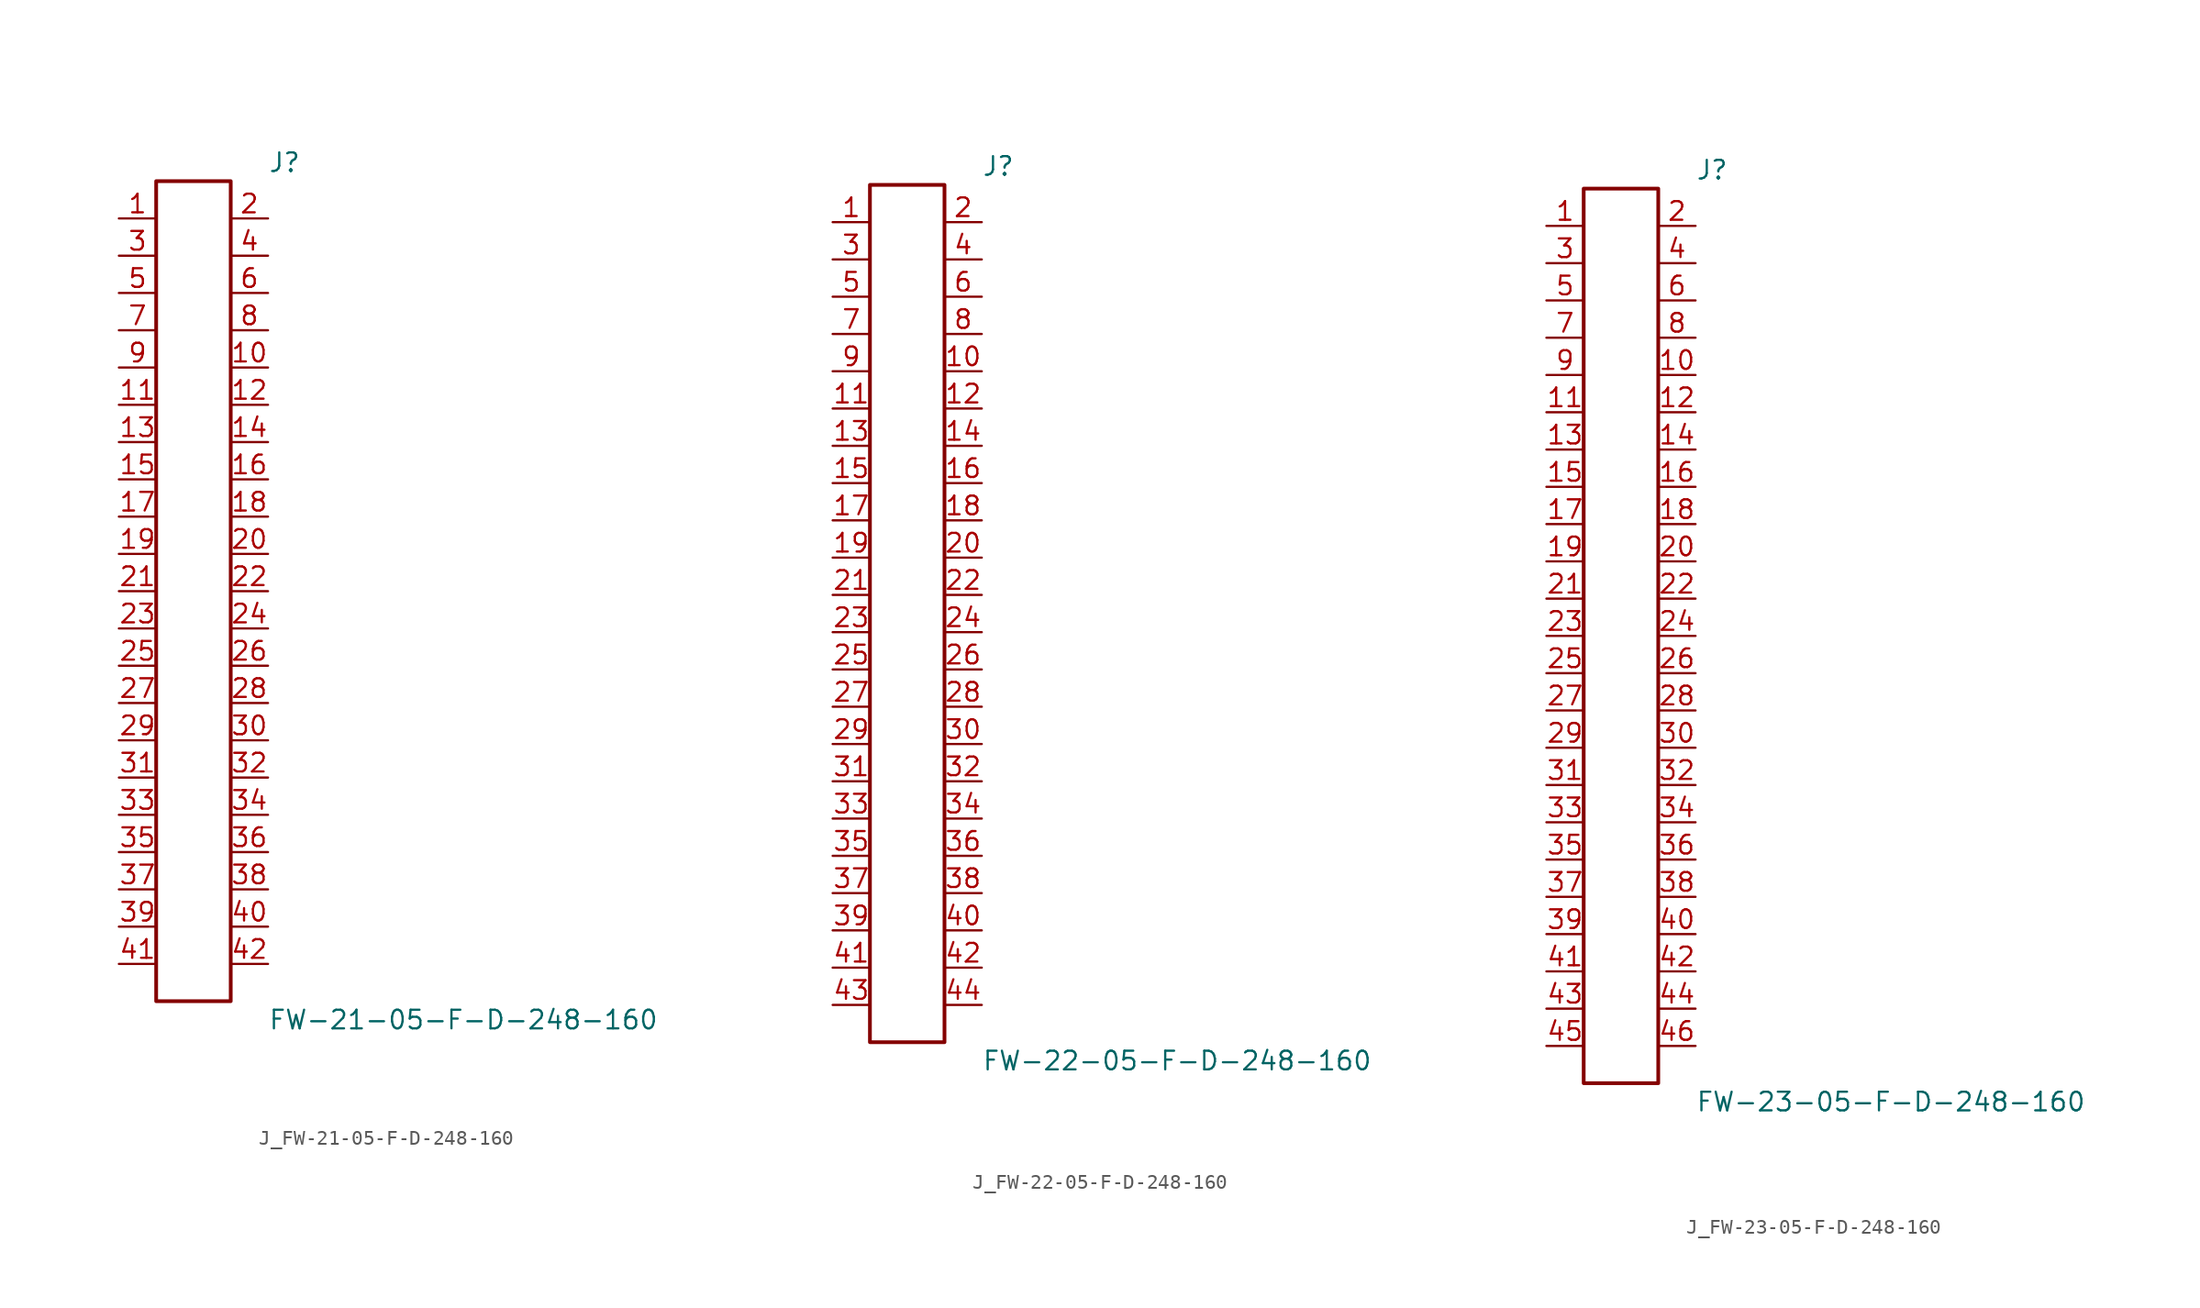
<source format=kicad_sym>
(kicad_symbol_lib
  (version 20231120)
  (generator kicad_symbol_editor)
  (generator_version 8.0)
  (symbol "J_FW-21-05-F-D-248-160"
    (pin_names
      (offset 0.254))
    (property "Reference" "J"
      (at 5.08 29.21 0)
      (effects (font (size 1.27 1.27)) (justify left)))
    (property "Value" "FW-21-05-F-D-248-160"
      (at 5.08 -29.21 0)
      (effects (font (size 1.27 1.27)) (justify left)))
    (symbol "J_FW-21-05-F-D-248-160_0_0"
      (pin passive line (at -5.08 25.4 0) (length 2.54) (name "" (effects (font (size 1.27 1.27)))) (number "1" (effects (font (size 1.27 1.27)))))
      (pin passive line (at 5.08 25.4 180) (length 2.54) (name "" (effects (font (size 1.27 1.27)))) (number "2" (effects (font (size 1.27 1.27)))))
      (pin passive line (at -5.08 22.86 0) (length 2.54) (name "" (effects (font (size 1.27 1.27)))) (number "3" (effects (font (size 1.27 1.27)))))
      (pin passive line (at 5.08 22.86 180) (length 2.54) (name "" (effects (font (size 1.27 1.27)))) (number "4" (effects (font (size 1.27 1.27)))))
      (pin passive line (at -5.08 20.32 0) (length 2.54) (name "" (effects (font (size 1.27 1.27)))) (number "5" (effects (font (size 1.27 1.27)))))
      (pin passive line (at 5.08 20.32 180) (length 2.54) (name "" (effects (font (size 1.27 1.27)))) (number "6" (effects (font (size 1.27 1.27)))))
      (pin passive line (at -5.08 17.78 0) (length 2.54) (name "" (effects (font (size 1.27 1.27)))) (number "7" (effects (font (size 1.27 1.27)))))
      (pin passive line (at 5.08 17.78 180) (length 2.54) (name "" (effects (font (size 1.27 1.27)))) (number "8" (effects (font (size 1.27 1.27)))))
      (pin passive line (at -5.08 15.24 0) (length 2.54) (name "" (effects (font (size 1.27 1.27)))) (number "9" (effects (font (size 1.27 1.27)))))
      (pin passive line (at 5.08 15.24 180) (length 2.54) (name "" (effects (font (size 1.27 1.27)))) (number "10" (effects (font (size 1.27 1.27)))))
      (pin passive line (at -5.08 12.7 0) (length 2.54) (name "" (effects (font (size 1.27 1.27)))) (number "11" (effects (font (size 1.27 1.27)))))
      (pin passive line (at 5.08 12.7 180) (length 2.54) (name "" (effects (font (size 1.27 1.27)))) (number "12" (effects (font (size 1.27 1.27)))))
      (pin passive line (at -5.08 10.16 0) (length 2.54) (name "" (effects (font (size 1.27 1.27)))) (number "13" (effects (font (size 1.27 1.27)))))
      (pin passive line (at 5.08 10.16 180) (length 2.54) (name "" (effects (font (size 1.27 1.27)))) (number "14" (effects (font (size 1.27 1.27)))))
      (pin passive line (at -5.08 7.62 0) (length 2.54) (name "" (effects (font (size 1.27 1.27)))) (number "15" (effects (font (size 1.27 1.27)))))
      (pin passive line (at 5.08 7.62 180) (length 2.54) (name "" (effects (font (size 1.27 1.27)))) (number "16" (effects (font (size 1.27 1.27)))))
      (pin passive line (at -5.08 5.08 0) (length 2.54) (name "" (effects (font (size 1.27 1.27)))) (number "17" (effects (font (size 1.27 1.27)))))
      (pin passive line (at 5.08 5.08 180) (length 2.54) (name "" (effects (font (size 1.27 1.27)))) (number "18" (effects (font (size 1.27 1.27)))))
      (pin passive line (at -5.08 2.54 0) (length 2.54) (name "" (effects (font (size 1.27 1.27)))) (number "19" (effects (font (size 1.27 1.27)))))
      (pin passive line (at 5.08 2.54 180) (length 2.54) (name "" (effects (font (size 1.27 1.27)))) (number "20" (effects (font (size 1.27 1.27)))))
      (pin passive line (at -5.08 0.0 0) (length 2.54) (name "" (effects (font (size 1.27 1.27)))) (number "21" (effects (font (size 1.27 1.27)))))
      (pin passive line (at 5.08 0.0 180) (length 2.54) (name "" (effects (font (size 1.27 1.27)))) (number "22" (effects (font (size 1.27 1.27)))))
      (pin passive line (at -5.08 -2.54 0) (length 2.54) (name "" (effects (font (size 1.27 1.27)))) (number "23" (effects (font (size 1.27 1.27)))))
      (pin passive line (at 5.08 -2.54 180) (length 2.54) (name "" (effects (font (size 1.27 1.27)))) (number "24" (effects (font (size 1.27 1.27)))))
      (pin passive line (at -5.08 -5.08 0) (length 2.54) (name "" (effects (font (size 1.27 1.27)))) (number "25" (effects (font (size 1.27 1.27)))))
      (pin passive line (at 5.08 -5.08 180) (length 2.54) (name "" (effects (font (size 1.27 1.27)))) (number "26" (effects (font (size 1.27 1.27)))))
      (pin passive line (at -5.08 -7.62 0) (length 2.54) (name "" (effects (font (size 1.27 1.27)))) (number "27" (effects (font (size 1.27 1.27)))))
      (pin passive line (at 5.08 -7.62 180) (length 2.54) (name "" (effects (font (size 1.27 1.27)))) (number "28" (effects (font (size 1.27 1.27)))))
      (pin passive line (at -5.08 -10.16 0) (length 2.54) (name "" (effects (font (size 1.27 1.27)))) (number "29" (effects (font (size 1.27 1.27)))))
      (pin passive line (at 5.08 -10.16 180) (length 2.54) (name "" (effects (font (size 1.27 1.27)))) (number "30" (effects (font (size 1.27 1.27)))))
      (pin passive line (at -5.08 -12.7 0) (length 2.54) (name "" (effects (font (size 1.27 1.27)))) (number "31" (effects (font (size 1.27 1.27)))))
      (pin passive line (at 5.08 -12.7 180) (length 2.54) (name "" (effects (font (size 1.27 1.27)))) (number "32" (effects (font (size 1.27 1.27)))))
      (pin passive line (at -5.08 -15.24 0) (length 2.54) (name "" (effects (font (size 1.27 1.27)))) (number "33" (effects (font (size 1.27 1.27)))))
      (pin passive line (at 5.08 -15.24 180) (length 2.54) (name "" (effects (font (size 1.27 1.27)))) (number "34" (effects (font (size 1.27 1.27)))))
      (pin passive line (at -5.08 -17.78 0) (length 2.54) (name "" (effects (font (size 1.27 1.27)))) (number "35" (effects (font (size 1.27 1.27)))))
      (pin passive line (at 5.08 -17.78 180) (length 2.54) (name "" (effects (font (size 1.27 1.27)))) (number "36" (effects (font (size 1.27 1.27)))))
      (pin passive line (at -5.08 -20.32 0) (length 2.54) (name "" (effects (font (size 1.27 1.27)))) (number "37" (effects (font (size 1.27 1.27)))))
      (pin passive line (at 5.08 -20.32 180) (length 2.54) (name "" (effects (font (size 1.27 1.27)))) (number "38" (effects (font (size 1.27 1.27)))))
      (pin passive line (at -5.08 -22.86 0) (length 2.54) (name "" (effects (font (size 1.27 1.27)))) (number "39" (effects (font (size 1.27 1.27)))))
      (pin passive line (at 5.08 -22.86 180) (length 2.54) (name "" (effects (font (size 1.27 1.27)))) (number "40" (effects (font (size 1.27 1.27)))))
      (pin passive line (at -5.08 -25.4 0) (length 2.54) (name "" (effects (font (size 1.27 1.27)))) (number "41" (effects (font (size 1.27 1.27)))))
      (pin passive line (at 5.08 -25.4 180) (length 2.54) (name "" (effects (font (size 1.27 1.27)))) (number "42" (effects (font (size 1.27 1.27))))))
    (symbol "J_FW-21-05-F-D-248-160_1_0"
      (rectangle (start -2.54 27.94) (end 2.54 -27.94) (stroke (width 0.254) (type solid)) (fill (type none)))))
  (symbol "J_FW-22-05-F-D-248-160"
    (pin_names
      (offset 0.254))
    (property "Reference" "J"
      (at 5.08 30.48 0)
      (effects (font (size 1.27 1.27)) (justify left)))
    (property "Value" "FW-22-05-F-D-248-160"
      (at 5.08 -30.48 0)
      (effects (font (size 1.27 1.27)) (justify left)))
    (symbol "J_FW-22-05-F-D-248-160_0_0"
      (pin passive line (at -5.08 26.67 0) (length 2.54) (name "" (effects (font (size 1.27 1.27)))) (number "1" (effects (font (size 1.27 1.27)))))
      (pin passive line (at 5.08 26.67 180) (length 2.54) (name "" (effects (font (size 1.27 1.27)))) (number "2" (effects (font (size 1.27 1.27)))))
      (pin passive line (at -5.08 24.13 0) (length 2.54) (name "" (effects (font (size 1.27 1.27)))) (number "3" (effects (font (size 1.27 1.27)))))
      (pin passive line (at 5.08 24.13 180) (length 2.54) (name "" (effects (font (size 1.27 1.27)))) (number "4" (effects (font (size 1.27 1.27)))))
      (pin passive line (at -5.08 21.59 0) (length 2.54) (name "" (effects (font (size 1.27 1.27)))) (number "5" (effects (font (size 1.27 1.27)))))
      (pin passive line (at 5.08 21.59 180) (length 2.54) (name "" (effects (font (size 1.27 1.27)))) (number "6" (effects (font (size 1.27 1.27)))))
      (pin passive line (at -5.08 19.05 0) (length 2.54) (name "" (effects (font (size 1.27 1.27)))) (number "7" (effects (font (size 1.27 1.27)))))
      (pin passive line (at 5.08 19.05 180) (length 2.54) (name "" (effects (font (size 1.27 1.27)))) (number "8" (effects (font (size 1.27 1.27)))))
      (pin passive line (at -5.08 16.51 0) (length 2.54) (name "" (effects (font (size 1.27 1.27)))) (number "9" (effects (font (size 1.27 1.27)))))
      (pin passive line (at 5.08 16.51 180) (length 2.54) (name "" (effects (font (size 1.27 1.27)))) (number "10" (effects (font (size 1.27 1.27)))))
      (pin passive line (at -5.08 13.97 0) (length 2.54) (name "" (effects (font (size 1.27 1.27)))) (number "11" (effects (font (size 1.27 1.27)))))
      (pin passive line (at 5.08 13.97 180) (length 2.54) (name "" (effects (font (size 1.27 1.27)))) (number "12" (effects (font (size 1.27 1.27)))))
      (pin passive line (at -5.08 11.43 0) (length 2.54) (name "" (effects (font (size 1.27 1.27)))) (number "13" (effects (font (size 1.27 1.27)))))
      (pin passive line (at 5.08 11.43 180) (length 2.54) (name "" (effects (font (size 1.27 1.27)))) (number "14" (effects (font (size 1.27 1.27)))))
      (pin passive line (at -5.08 8.89 0) (length 2.54) (name "" (effects (font (size 1.27 1.27)))) (number "15" (effects (font (size 1.27 1.27)))))
      (pin passive line (at 5.08 8.89 180) (length 2.54) (name "" (effects (font (size 1.27 1.27)))) (number "16" (effects (font (size 1.27 1.27)))))
      (pin passive line (at -5.08 6.35 0) (length 2.54) (name "" (effects (font (size 1.27 1.27)))) (number "17" (effects (font (size 1.27 1.27)))))
      (pin passive line (at 5.08 6.35 180) (length 2.54) (name "" (effects (font (size 1.27 1.27)))) (number "18" (effects (font (size 1.27 1.27)))))
      (pin passive line (at -5.08 3.81 0) (length 2.54) (name "" (effects (font (size 1.27 1.27)))) (number "19" (effects (font (size 1.27 1.27)))))
      (pin passive line (at 5.08 3.81 180) (length 2.54) (name "" (effects (font (size 1.27 1.27)))) (number "20" (effects (font (size 1.27 1.27)))))
      (pin passive line (at -5.08 1.27 0) (length 2.54) (name "" (effects (font (size 1.27 1.27)))) (number "21" (effects (font (size 1.27 1.27)))))
      (pin passive line (at 5.08 1.27 180) (length 2.54) (name "" (effects (font (size 1.27 1.27)))) (number "22" (effects (font (size 1.27 1.27)))))
      (pin passive line (at -5.08 -1.27 0) (length 2.54) (name "" (effects (font (size 1.27 1.27)))) (number "23" (effects (font (size 1.27 1.27)))))
      (pin passive line (at 5.08 -1.27 180) (length 2.54) (name "" (effects (font (size 1.27 1.27)))) (number "24" (effects (font (size 1.27 1.27)))))
      (pin passive line (at -5.08 -3.81 0) (length 2.54) (name "" (effects (font (size 1.27 1.27)))) (number "25" (effects (font (size 1.27 1.27)))))
      (pin passive line (at 5.08 -3.81 180) (length 2.54) (name "" (effects (font (size 1.27 1.27)))) (number "26" (effects (font (size 1.27 1.27)))))
      (pin passive line (at -5.08 -6.35 0) (length 2.54) (name "" (effects (font (size 1.27 1.27)))) (number "27" (effects (font (size 1.27 1.27)))))
      (pin passive line (at 5.08 -6.35 180) (length 2.54) (name "" (effects (font (size 1.27 1.27)))) (number "28" (effects (font (size 1.27 1.27)))))
      (pin passive line (at -5.08 -8.89 0) (length 2.54) (name "" (effects (font (size 1.27 1.27)))) (number "29" (effects (font (size 1.27 1.27)))))
      (pin passive line (at 5.08 -8.89 180) (length 2.54) (name "" (effects (font (size 1.27 1.27)))) (number "30" (effects (font (size 1.27 1.27)))))
      (pin passive line (at -5.08 -11.43 0) (length 2.54) (name "" (effects (font (size 1.27 1.27)))) (number "31" (effects (font (size 1.27 1.27)))))
      (pin passive line (at 5.08 -11.43 180) (length 2.54) (name "" (effects (font (size 1.27 1.27)))) (number "32" (effects (font (size 1.27 1.27)))))
      (pin passive line (at -5.08 -13.97 0) (length 2.54) (name "" (effects (font (size 1.27 1.27)))) (number "33" (effects (font (size 1.27 1.27)))))
      (pin passive line (at 5.08 -13.97 180) (length 2.54) (name "" (effects (font (size 1.27 1.27)))) (number "34" (effects (font (size 1.27 1.27)))))
      (pin passive line (at -5.08 -16.51 0) (length 2.54) (name "" (effects (font (size 1.27 1.27)))) (number "35" (effects (font (size 1.27 1.27)))))
      (pin passive line (at 5.08 -16.51 180) (length 2.54) (name "" (effects (font (size 1.27 1.27)))) (number "36" (effects (font (size 1.27 1.27)))))
      (pin passive line (at -5.08 -19.05 0) (length 2.54) (name "" (effects (font (size 1.27 1.27)))) (number "37" (effects (font (size 1.27 1.27)))))
      (pin passive line (at 5.08 -19.05 180) (length 2.54) (name "" (effects (font (size 1.27 1.27)))) (number "38" (effects (font (size 1.27 1.27)))))
      (pin passive line (at -5.08 -21.59 0) (length 2.54) (name "" (effects (font (size 1.27 1.27)))) (number "39" (effects (font (size 1.27 1.27)))))
      (pin passive line (at 5.08 -21.59 180) (length 2.54) (name "" (effects (font (size 1.27 1.27)))) (number "40" (effects (font (size 1.27 1.27)))))
      (pin passive line (at -5.08 -24.13 0) (length 2.54) (name "" (effects (font (size 1.27 1.27)))) (number "41" (effects (font (size 1.27 1.27)))))
      (pin passive line (at 5.08 -24.13 180) (length 2.54) (name "" (effects (font (size 1.27 1.27)))) (number "42" (effects (font (size 1.27 1.27)))))
      (pin passive line (at -5.08 -26.67 0) (length 2.54) (name "" (effects (font (size 1.27 1.27)))) (number "43" (effects (font (size 1.27 1.27)))))
      (pin passive line (at 5.08 -26.67 180) (length 2.54) (name "" (effects (font (size 1.27 1.27)))) (number "44" (effects (font (size 1.27 1.27))))))
    (symbol "J_FW-22-05-F-D-248-160_1_0"
      (rectangle (start -2.54 29.21) (end 2.54 -29.21) (stroke (width 0.254) (type solid)) (fill (type none)))))
  (symbol "J_FW-23-05-F-D-248-160"
    (pin_names
      (offset 0.254))
    (property "Reference" "J"
      (at 5.08 31.75 0)
      (effects (font (size 1.27 1.27)) (justify left)))
    (property "Value" "FW-23-05-F-D-248-160"
      (at 5.08 -31.75 0)
      (effects (font (size 1.27 1.27)) (justify left)))
    (symbol "J_FW-23-05-F-D-248-160_0_0"
      (pin passive line (at -5.08 27.94 0) (length 2.54) (name "" (effects (font (size 1.27 1.27)))) (number "1" (effects (font (size 1.27 1.27)))))
      (pin passive line (at 5.08 27.94 180) (length 2.54) (name "" (effects (font (size 1.27 1.27)))) (number "2" (effects (font (size 1.27 1.27)))))
      (pin passive line (at -5.08 25.4 0) (length 2.54) (name "" (effects (font (size 1.27 1.27)))) (number "3" (effects (font (size 1.27 1.27)))))
      (pin passive line (at 5.08 25.4 180) (length 2.54) (name "" (effects (font (size 1.27 1.27)))) (number "4" (effects (font (size 1.27 1.27)))))
      (pin passive line (at -5.08 22.86 0) (length 2.54) (name "" (effects (font (size 1.27 1.27)))) (number "5" (effects (font (size 1.27 1.27)))))
      (pin passive line (at 5.08 22.86 180) (length 2.54) (name "" (effects (font (size 1.27 1.27)))) (number "6" (effects (font (size 1.27 1.27)))))
      (pin passive line (at -5.08 20.32 0) (length 2.54) (name "" (effects (font (size 1.27 1.27)))) (number "7" (effects (font (size 1.27 1.27)))))
      (pin passive line (at 5.08 20.32 180) (length 2.54) (name "" (effects (font (size 1.27 1.27)))) (number "8" (effects (font (size 1.27 1.27)))))
      (pin passive line (at -5.08 17.78 0) (length 2.54) (name "" (effects (font (size 1.27 1.27)))) (number "9" (effects (font (size 1.27 1.27)))))
      (pin passive line (at 5.08 17.78 180) (length 2.54) (name "" (effects (font (size 1.27 1.27)))) (number "10" (effects (font (size 1.27 1.27)))))
      (pin passive line (at -5.08 15.24 0) (length 2.54) (name "" (effects (font (size 1.27 1.27)))) (number "11" (effects (font (size 1.27 1.27)))))
      (pin passive line (at 5.08 15.24 180) (length 2.54) (name "" (effects (font (size 1.27 1.27)))) (number "12" (effects (font (size 1.27 1.27)))))
      (pin passive line (at -5.08 12.7 0) (length 2.54) (name "" (effects (font (size 1.27 1.27)))) (number "13" (effects (font (size 1.27 1.27)))))
      (pin passive line (at 5.08 12.7 180) (length 2.54) (name "" (effects (font (size 1.27 1.27)))) (number "14" (effects (font (size 1.27 1.27)))))
      (pin passive line (at -5.08 10.16 0) (length 2.54) (name "" (effects (font (size 1.27 1.27)))) (number "15" (effects (font (size 1.27 1.27)))))
      (pin passive line (at 5.08 10.16 180) (length 2.54) (name "" (effects (font (size 1.27 1.27)))) (number "16" (effects (font (size 1.27 1.27)))))
      (pin passive line (at -5.08 7.62 0) (length 2.54) (name "" (effects (font (size 1.27 1.27)))) (number "17" (effects (font (size 1.27 1.27)))))
      (pin passive line (at 5.08 7.62 180) (length 2.54) (name "" (effects (font (size 1.27 1.27)))) (number "18" (effects (font (size 1.27 1.27)))))
      (pin passive line (at -5.08 5.08 0) (length 2.54) (name "" (effects (font (size 1.27 1.27)))) (number "19" (effects (font (size 1.27 1.27)))))
      (pin passive line (at 5.08 5.08 180) (length 2.54) (name "" (effects (font (size 1.27 1.27)))) (number "20" (effects (font (size 1.27 1.27)))))
      (pin passive line (at -5.08 2.54 0) (length 2.54) (name "" (effects (font (size 1.27 1.27)))) (number "21" (effects (font (size 1.27 1.27)))))
      (pin passive line (at 5.08 2.54 180) (length 2.54) (name "" (effects (font (size 1.27 1.27)))) (number "22" (effects (font (size 1.27 1.27)))))
      (pin passive line (at -5.08 0.0 0) (length 2.54) (name "" (effects (font (size 1.27 1.27)))) (number "23" (effects (font (size 1.27 1.27)))))
      (pin passive line (at 5.08 0.0 180) (length 2.54) (name "" (effects (font (size 1.27 1.27)))) (number "24" (effects (font (size 1.27 1.27)))))
      (pin passive line (at -5.08 -2.54 0) (length 2.54) (name "" (effects (font (size 1.27 1.27)))) (number "25" (effects (font (size 1.27 1.27)))))
      (pin passive line (at 5.08 -2.54 180) (length 2.54) (name "" (effects (font (size 1.27 1.27)))) (number "26" (effects (font (size 1.27 1.27)))))
      (pin passive line (at -5.08 -5.08 0) (length 2.54) (name "" (effects (font (size 1.27 1.27)))) (number "27" (effects (font (size 1.27 1.27)))))
      (pin passive line (at 5.08 -5.08 180) (length 2.54) (name "" (effects (font (size 1.27 1.27)))) (number "28" (effects (font (size 1.27 1.27)))))
      (pin passive line (at -5.08 -7.62 0) (length 2.54) (name "" (effects (font (size 1.27 1.27)))) (number "29" (effects (font (size 1.27 1.27)))))
      (pin passive line (at 5.08 -7.62 180) (length 2.54) (name "" (effects (font (size 1.27 1.27)))) (number "30" (effects (font (size 1.27 1.27)))))
      (pin passive line (at -5.08 -10.16 0) (length 2.54) (name "" (effects (font (size 1.27 1.27)))) (number "31" (effects (font (size 1.27 1.27)))))
      (pin passive line (at 5.08 -10.16 180) (length 2.54) (name "" (effects (font (size 1.27 1.27)))) (number "32" (effects (font (size 1.27 1.27)))))
      (pin passive line (at -5.08 -12.7 0) (length 2.54) (name "" (effects (font (size 1.27 1.27)))) (number "33" (effects (font (size 1.27 1.27)))))
      (pin passive line (at 5.08 -12.7 180) (length 2.54) (name "" (effects (font (size 1.27 1.27)))) (number "34" (effects (font (size 1.27 1.27)))))
      (pin passive line (at -5.08 -15.24 0) (length 2.54) (name "" (effects (font (size 1.27 1.27)))) (number "35" (effects (font (size 1.27 1.27)))))
      (pin passive line (at 5.08 -15.24 180) (length 2.54) (name "" (effects (font (size 1.27 1.27)))) (number "36" (effects (font (size 1.27 1.27)))))
      (pin passive line (at -5.08 -17.78 0) (length 2.54) (name "" (effects (font (size 1.27 1.27)))) (number "37" (effects (font (size 1.27 1.27)))))
      (pin passive line (at 5.08 -17.78 180) (length 2.54) (name "" (effects (font (size 1.27 1.27)))) (number "38" (effects (font (size 1.27 1.27)))))
      (pin passive line (at -5.08 -20.32 0) (length 2.54) (name "" (effects (font (size 1.27 1.27)))) (number "39" (effects (font (size 1.27 1.27)))))
      (pin passive line (at 5.08 -20.32 180) (length 2.54) (name "" (effects (font (size 1.27 1.27)))) (number "40" (effects (font (size 1.27 1.27)))))
      (pin passive line (at -5.08 -22.86 0) (length 2.54) (name "" (effects (font (size 1.27 1.27)))) (number "41" (effects (font (size 1.27 1.27)))))
      (pin passive line (at 5.08 -22.86 180) (length 2.54) (name "" (effects (font (size 1.27 1.27)))) (number "42" (effects (font (size 1.27 1.27)))))
      (pin passive line (at -5.08 -25.4 0) (length 2.54) (name "" (effects (font (size 1.27 1.27)))) (number "43" (effects (font (size 1.27 1.27)))))
      (pin passive line (at 5.08 -25.4 180) (length 2.54) (name "" (effects (font (size 1.27 1.27)))) (number "44" (effects (font (size 1.27 1.27)))))
      (pin passive line (at -5.08 -27.94 0) (length 2.54) (name "" (effects (font (size 1.27 1.27)))) (number "45" (effects (font (size 1.27 1.27)))))
      (pin passive line (at 5.08 -27.94 180) (length 2.54) (name "" (effects (font (size 1.27 1.27)))) (number "46" (effects (font (size 1.27 1.27))))))
    (symbol "J_FW-23-05-F-D-248-160_1_0"
      (rectangle (start -2.54 30.48) (end 2.54 -30.48) (stroke (width 0.254) (type solid)) (fill (type none))))))
</source>
